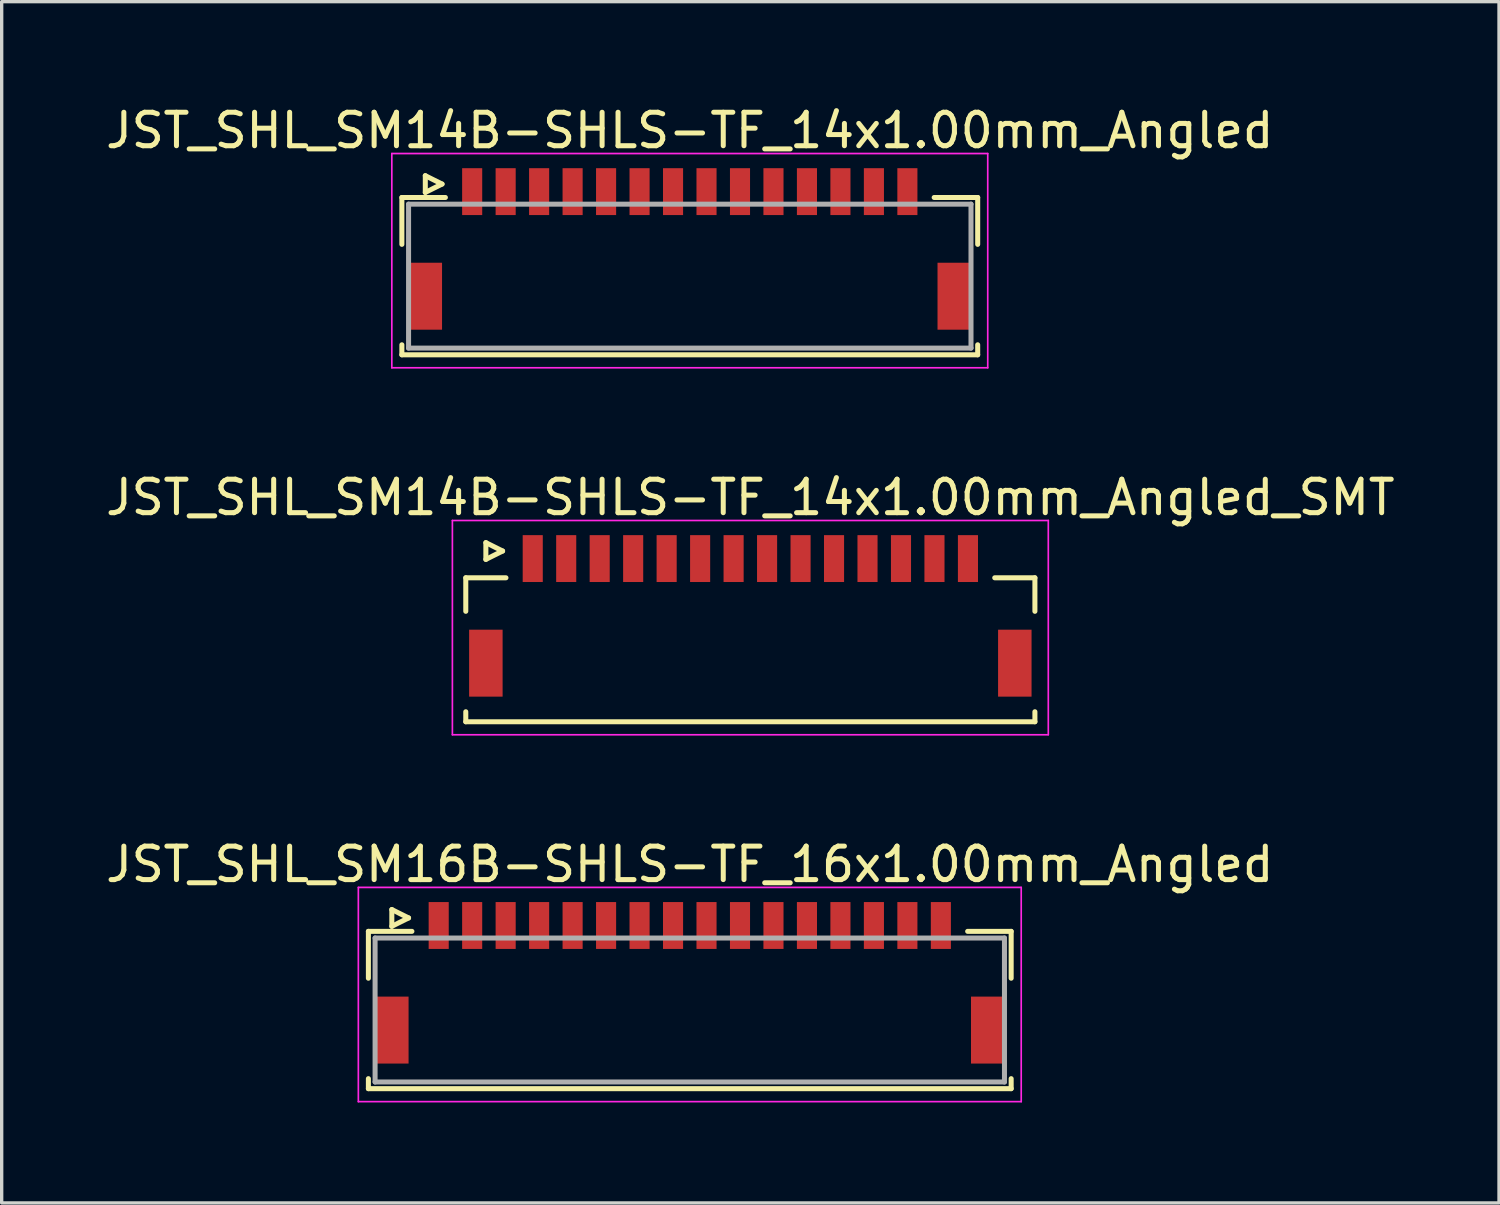
<source format=kicad_pcb>
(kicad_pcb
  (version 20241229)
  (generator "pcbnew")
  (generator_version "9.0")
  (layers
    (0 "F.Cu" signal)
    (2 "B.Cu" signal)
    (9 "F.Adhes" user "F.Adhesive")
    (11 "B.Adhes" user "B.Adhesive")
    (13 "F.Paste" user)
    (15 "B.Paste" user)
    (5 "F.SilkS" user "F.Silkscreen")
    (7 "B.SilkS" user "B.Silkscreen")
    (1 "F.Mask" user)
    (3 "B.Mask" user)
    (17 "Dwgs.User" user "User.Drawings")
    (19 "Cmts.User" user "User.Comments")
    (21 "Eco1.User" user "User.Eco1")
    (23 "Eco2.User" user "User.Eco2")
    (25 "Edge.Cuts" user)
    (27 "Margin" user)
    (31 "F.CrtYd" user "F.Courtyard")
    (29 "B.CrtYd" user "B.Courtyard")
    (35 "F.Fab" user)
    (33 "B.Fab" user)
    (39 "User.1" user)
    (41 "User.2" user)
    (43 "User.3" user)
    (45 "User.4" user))
  (footprint "JST_SHL_SM14B-SHLS-TF_14x1.00mm_Angled_SMT"
    (layer "F.Cu")
    (at 19.363 15.197)
    (property "Reference" "JST_SHL_SM14B-SHLS-TF_14x1.00mm_Angled_SMT" (at 0 -3.388 0) (layer "F.SilkS") (effects (font (size 1 1) (thickness 0.15))))
    (attr smd)
    (fp_line (start -8.5 -0.988) (end -7.3 -0.988) (stroke (width 0.15) (type solid)) (layer "F.SilkS"))
    (fp_line (start -8.5 0.013) (end -8.5 -0.988) (stroke (width 0.15) (type solid)) (layer "F.SilkS"))
    (fp_line (start -8.5 3.013) (end -8.5 3.312) (stroke (width 0.15) (type solid)) (layer "F.SilkS"))
    (fp_line (start -8.5 3.312) (end 8.5 3.312) (stroke (width 0.15) (type solid)) (layer "F.SilkS"))
    (fp_line (start -7.9 -2.038) (end -7.9 -1.538) (stroke (width 0.15) (type solid)) (layer "F.SilkS"))
    (fp_line (start -7.9 -1.538) (end -7.4 -1.788) (stroke (width 0.15) (type solid)) (layer "F.SilkS"))
    (fp_line (start -7.4 -1.788) (end -7.9 -2.038) (stroke (width 0.15) (type solid)) (layer "F.SilkS"))
    (fp_line (start 8.5 -0.988) (end 7.3 -0.988) (stroke (width 0.15) (type solid)) (layer "F.SilkS"))
    (fp_line (start 8.5 0.013) (end 8.5 -0.988) (stroke (width 0.15) (type solid)) (layer "F.SilkS"))
    (fp_line (start 8.5 3.312) (end 8.5 3.013) (stroke (width 0.15) (type solid)) (layer "F.SilkS"))
    (fp_line (start -8.9 -2.7) (end -8.9 3.7) (stroke (width 0.05) (type solid)) (layer "F.CrtYd"))
    (fp_line (start -8.9 3.7) (end 8.9 3.7) (stroke (width 0.05) (type solid)) (layer "F.CrtYd"))
    (fp_line (start 8.9 -2.7) (end -8.9 -2.7) (stroke (width 0.05) (type solid)) (layer "F.CrtYd"))
    (fp_line (start 8.9 3.7) (end 8.9 -2.7) (stroke (width 0.05) (type solid)) (layer "F.CrtYd"))
    (pad "" smd rect (at -7.9 1.562) (size 1 2) (layers "F.Cu" "F.Mask" "F.Paste"))
    (pad "" smd rect (at 7.9 1.562) (size 1 2) (layers "F.Cu" "F.Mask" "F.Paste"))
    (pad "1" smd rect (at -6.5 -1.562) (size 0.6 1.4) (layers "F.Cu" "F.Mask" "F.Paste"))
    (pad "2" smd rect (at -5.5 -1.562) (size 0.6 1.4) (layers "F.Cu" "F.Mask" "F.Paste"))
    (pad "3" smd rect (at -4.5 -1.562) (size 0.6 1.4) (layers "F.Cu" "F.Mask" "F.Paste"))
    (pad "4" smd rect (at -3.5 -1.562) (size 0.6 1.4) (layers "F.Cu" "F.Mask" "F.Paste"))
    (pad "5" smd rect (at -2.5 -1.562) (size 0.6 1.4) (layers "F.Cu" "F.Mask" "F.Paste"))
    (pad "6" smd rect (at -1.5 -1.562) (size 0.6 1.4) (layers "F.Cu" "F.Mask" "F.Paste"))
    (pad "7" smd rect (at -0.5 -1.562) (size 0.6 1.4) (layers "F.Cu" "F.Mask" "F.Paste"))
    (pad "8" smd rect (at 0.5 -1.562) (size 0.6 1.4) (layers "F.Cu" "F.Mask" "F.Paste"))
    (pad "9" smd rect (at 1.5 -1.562) (size 0.6 1.4) (layers "F.Cu" "F.Mask" "F.Paste"))
    (pad "10" smd rect (at 2.5 -1.562) (size 0.6 1.4) (layers "F.Cu" "F.Mask" "F.Paste"))
    (pad "11" smd rect (at 3.5 -1.562) (size 0.6 1.4) (layers "F.Cu" "F.Mask" "F.Paste"))
    (pad "12" smd rect (at 4.5 -1.562) (size 0.6 1.4) (layers "F.Cu" "F.Mask" "F.Paste"))
    (pad "13" smd rect (at 5.5 -1.562) (size 0.6 1.4) (layers "F.Cu" "F.Mask" "F.Paste"))
    (pad "14" smd rect (at 6.5 -1.562) (size 0.6 1.4) (layers "F.Cu" "F.Mask" "F.Paste")))
  (footprint "JST_SHL_SM16B-SHLS-TF_16x1.00mm_Angled"
    (layer "F.Cu")
    (at 17.554 26.157)
    (property "Reference" "JST_SHL_SM16B-SHLS-TF_16x1.00mm_Angled" (at 0 -3.388 0) (layer "F.SilkS") (effects (font (size 1 1) (thickness 0.15))))
    (attr smd)
    (fp_line (start -9.6 -1.387) (end -8.3 -1.387) (stroke (width 0.15) (type solid)) (layer "F.SilkS"))
    (fp_line (start -9.6 0.013) (end -9.6 -1.387) (stroke (width 0.15) (type solid)) (layer "F.SilkS"))
    (fp_line (start -9.6 3.013) (end -9.6 3.312) (stroke (width 0.15) (type solid)) (layer "F.SilkS"))
    (fp_line (start -9.6 3.312) (end 9.6 3.312) (stroke (width 0.15) (type solid)) (layer "F.SilkS"))
    (fp_line (start -8.9 -2.038) (end -8.9 -1.538) (stroke (width 0.15) (type solid)) (layer "F.SilkS"))
    (fp_line (start -8.9 -1.538) (end -8.4 -1.788) (stroke (width 0.15) (type solid)) (layer "F.SilkS"))
    (fp_line (start -8.4 -1.788) (end -8.9 -2.038) (stroke (width 0.15) (type solid)) (layer "F.SilkS"))
    (fp_line (start 9.6 -1.387) (end 8.3 -1.387) (stroke (width 0.15) (type solid)) (layer "F.SilkS"))
    (fp_line (start 9.6 0.013) (end 9.6 -1.387) (stroke (width 0.15) (type solid)) (layer "F.SilkS"))
    (fp_line (start 9.6 3.312) (end 9.6 3.013) (stroke (width 0.15) (type solid)) (layer "F.SilkS"))
    (fp_line (start -9.9 -2.7) (end -9.9 3.7) (stroke (width 0.05) (type solid)) (layer "F.CrtYd"))
    (fp_line (start -9.9 3.7) (end 9.9 3.7) (stroke (width 0.05) (type solid)) (layer "F.CrtYd"))
    (fp_line (start 9.9 -2.7) (end -9.9 -2.7) (stroke (width 0.05) (type solid)) (layer "F.CrtYd"))
    (fp_line (start 9.9 3.7) (end 9.9 -2.7) (stroke (width 0.05) (type solid)) (layer "F.CrtYd"))
    (fp_line (start -9.4 -1.188) (end -9.4 3.112) (stroke (width 0.15) (type solid)) (layer "F.Fab"))
    (fp_line (start -9.4 3.112) (end 9.4 3.112) (stroke (width 0.15) (type solid)) (layer "F.Fab"))
    (fp_line (start 9.4 -1.188) (end -9.4 -1.188) (stroke (width 0.15) (type solid)) (layer "F.Fab"))
    (fp_line (start 9.4 3.112) (end 9.4 -1.188) (stroke (width 0.15) (type solid)) (layer "F.Fab"))
    (pad "" smd rect (at -8.9 1.562) (size 1 2) (layers "F.Cu" "F.Mask" "F.Paste"))
    (pad "" smd rect (at 8.9 1.562) (size 1 2) (layers "F.Cu" "F.Mask" "F.Paste"))
    (pad "1" smd rect (at -7.5 -1.562) (size 0.6 1.4) (layers "F.Cu" "F.Mask" "F.Paste"))
    (pad "2" smd rect (at -6.5 -1.562) (size 0.6 1.4) (layers "F.Cu" "F.Mask" "F.Paste"))
    (pad "3" smd rect (at -5.5 -1.562) (size 0.6 1.4) (layers "F.Cu" "F.Mask" "F.Paste"))
    (pad "4" smd rect (at -4.5 -1.562) (size 0.6 1.4) (layers "F.Cu" "F.Mask" "F.Paste"))
    (pad "5" smd rect (at -3.5 -1.562) (size 0.6 1.4) (layers "F.Cu" "F.Mask" "F.Paste"))
    (pad "6" smd rect (at -2.5 -1.562) (size 0.6 1.4) (layers "F.Cu" "F.Mask" "F.Paste"))
    (pad "7" smd rect (at -1.5 -1.562) (size 0.6 1.4) (layers "F.Cu" "F.Mask" "F.Paste"))
    (pad "8" smd rect (at -0.5 -1.562) (size 0.6 1.4) (layers "F.Cu" "F.Mask" "F.Paste"))
    (pad "9" smd rect (at 0.5 -1.562) (size 0.6 1.4) (layers "F.Cu" "F.Mask" "F.Paste"))
    (pad "10" smd rect (at 1.5 -1.562) (size 0.6 1.4) (layers "F.Cu" "F.Mask" "F.Paste"))
    (pad "11" smd rect (at 2.5 -1.562) (size 0.6 1.4) (layers "F.Cu" "F.Mask" "F.Paste"))
    (pad "12" smd rect (at 3.5 -1.562) (size 0.6 1.4) (layers "F.Cu" "F.Mask" "F.Paste"))
    (pad "13" smd rect (at 4.5 -1.562) (size 0.6 1.4) (layers "F.Cu" "F.Mask" "F.Paste"))
    (pad "14" smd rect (at 5.5 -1.562) (size 0.6 1.4) (layers "F.Cu" "F.Mask" "F.Paste"))
    (pad "15" smd rect (at 6.5 -1.562) (size 0.6 1.4) (layers "F.Cu" "F.Mask" "F.Paste"))
    (pad "16" smd rect (at 7.5 -1.562) (size 0.6 1.4) (layers "F.Cu" "F.Mask" "F.Paste")))
  (footprint "JST_SHL_SM14B-SHLS-TF_14x1.00mm_Angled"
    (layer "F.Cu")
    (at 17.554 4.236)
    (property "Reference" "JST_SHL_SM14B-SHLS-TF_14x1.00mm_Angled" (at 0 -3.388 0) (layer "F.SilkS") (effects (font (size 1 1) (thickness 0.15))))
    (attr smd)
    (fp_line (start -8.6 -1.387) (end -7.3 -1.387) (stroke (width 0.15) (type solid)) (layer "F.SilkS"))
    (fp_line (start -8.6 0.013) (end -8.6 -1.387) (stroke (width 0.15) (type solid)) (layer "F.SilkS"))
    (fp_line (start -8.6 3.013) (end -8.6 3.312) (stroke (width 0.15) (type solid)) (layer "F.SilkS"))
    (fp_line (start -8.6 3.312) (end 8.6 3.312) (stroke (width 0.15) (type solid)) (layer "F.SilkS"))
    (fp_line (start -7.9 -2.038) (end -7.9 -1.538) (stroke (width 0.15) (type solid)) (layer "F.SilkS"))
    (fp_line (start -7.9 -1.538) (end -7.4 -1.788) (stroke (width 0.15) (type solid)) (layer "F.SilkS"))
    (fp_line (start -7.4 -1.788) (end -7.9 -2.038) (stroke (width 0.15) (type solid)) (layer "F.SilkS"))
    (fp_line (start 8.6 -1.387) (end 7.3 -1.387) (stroke (width 0.15) (type solid)) (layer "F.SilkS"))
    (fp_line (start 8.6 0.013) (end 8.6 -1.387) (stroke (width 0.15) (type solid)) (layer "F.SilkS"))
    (fp_line (start 8.6 3.312) (end 8.6 3.013) (stroke (width 0.15) (type solid)) (layer "F.SilkS"))
    (fp_line (start -8.9 -2.7) (end -8.9 3.7) (stroke (width 0.05) (type solid)) (layer "F.CrtYd"))
    (fp_line (start -8.9 3.7) (end 8.9 3.7) (stroke (width 0.05) (type solid)) (layer "F.CrtYd"))
    (fp_line (start 8.9 -2.7) (end -8.9 -2.7) (stroke (width 0.05) (type solid)) (layer "F.CrtYd"))
    (fp_line (start 8.9 3.7) (end 8.9 -2.7) (stroke (width 0.05) (type solid)) (layer "F.CrtYd"))
    (fp_line (start -8.4 -1.188) (end -8.4 3.112) (stroke (width 0.15) (type solid)) (layer "F.Fab"))
    (fp_line (start -8.4 3.112) (end 8.4 3.112) (stroke (width 0.15) (type solid)) (layer "F.Fab"))
    (fp_line (start 8.4 -1.188) (end -8.4 -1.188) (stroke (width 0.15) (type solid)) (layer "F.Fab"))
    (fp_line (start 8.4 3.112) (end 8.4 -1.188) (stroke (width 0.15) (type solid)) (layer "F.Fab"))
    (pad "" smd rect (at -7.9 1.562) (size 1 2) (layers "F.Cu" "F.Mask" "F.Paste"))
    (pad "" smd rect (at 7.9 1.562) (size 1 2) (layers "F.Cu" "F.Mask" "F.Paste"))
    (pad "1" smd rect (at -6.5 -1.562) (size 0.6 1.4) (layers "F.Cu" "F.Mask" "F.Paste"))
    (pad "2" smd rect (at -5.5 -1.562) (size 0.6 1.4) (layers "F.Cu" "F.Mask" "F.Paste"))
    (pad "3" smd rect (at -4.5 -1.562) (size 0.6 1.4) (layers "F.Cu" "F.Mask" "F.Paste"))
    (pad "4" smd rect (at -3.5 -1.562) (size 0.6 1.4) (layers "F.Cu" "F.Mask" "F.Paste"))
    (pad "5" smd rect (at -2.5 -1.562) (size 0.6 1.4) (layers "F.Cu" "F.Mask" "F.Paste"))
    (pad "6" smd rect (at -1.5 -1.562) (size 0.6 1.4) (layers "F.Cu" "F.Mask" "F.Paste"))
    (pad "7" smd rect (at -0.5 -1.562) (size 0.6 1.4) (layers "F.Cu" "F.Mask" "F.Paste"))
    (pad "8" smd rect (at 0.5 -1.562) (size 0.6 1.4) (layers "F.Cu" "F.Mask" "F.Paste"))
    (pad "9" smd rect (at 1.5 -1.562) (size 0.6 1.4) (layers "F.Cu" "F.Mask" "F.Paste"))
    (pad "10" smd rect (at 2.5 -1.562) (size 0.6 1.4) (layers "F.Cu" "F.Mask" "F.Paste"))
    (pad "11" smd rect (at 3.5 -1.562) (size 0.6 1.4) (layers "F.Cu" "F.Mask" "F.Paste"))
    (pad "12" smd rect (at 4.5 -1.562) (size 0.6 1.4) (layers "F.Cu" "F.Mask" "F.Paste"))
    (pad "13" smd rect (at 5.5 -1.562) (size 0.6 1.4) (layers "F.Cu" "F.Mask" "F.Paste"))
    (pad "14" smd rect (at 6.5 -1.562) (size 0.6 1.4) (layers "F.Cu" "F.Mask" "F.Paste")))
  (gr_rect
    (start -3 -3)
    (end 41.726 32.882)
    (stroke (width 0.1) (type default))
    (fill no)
    (layer "Edge.Cuts")))
</source>
